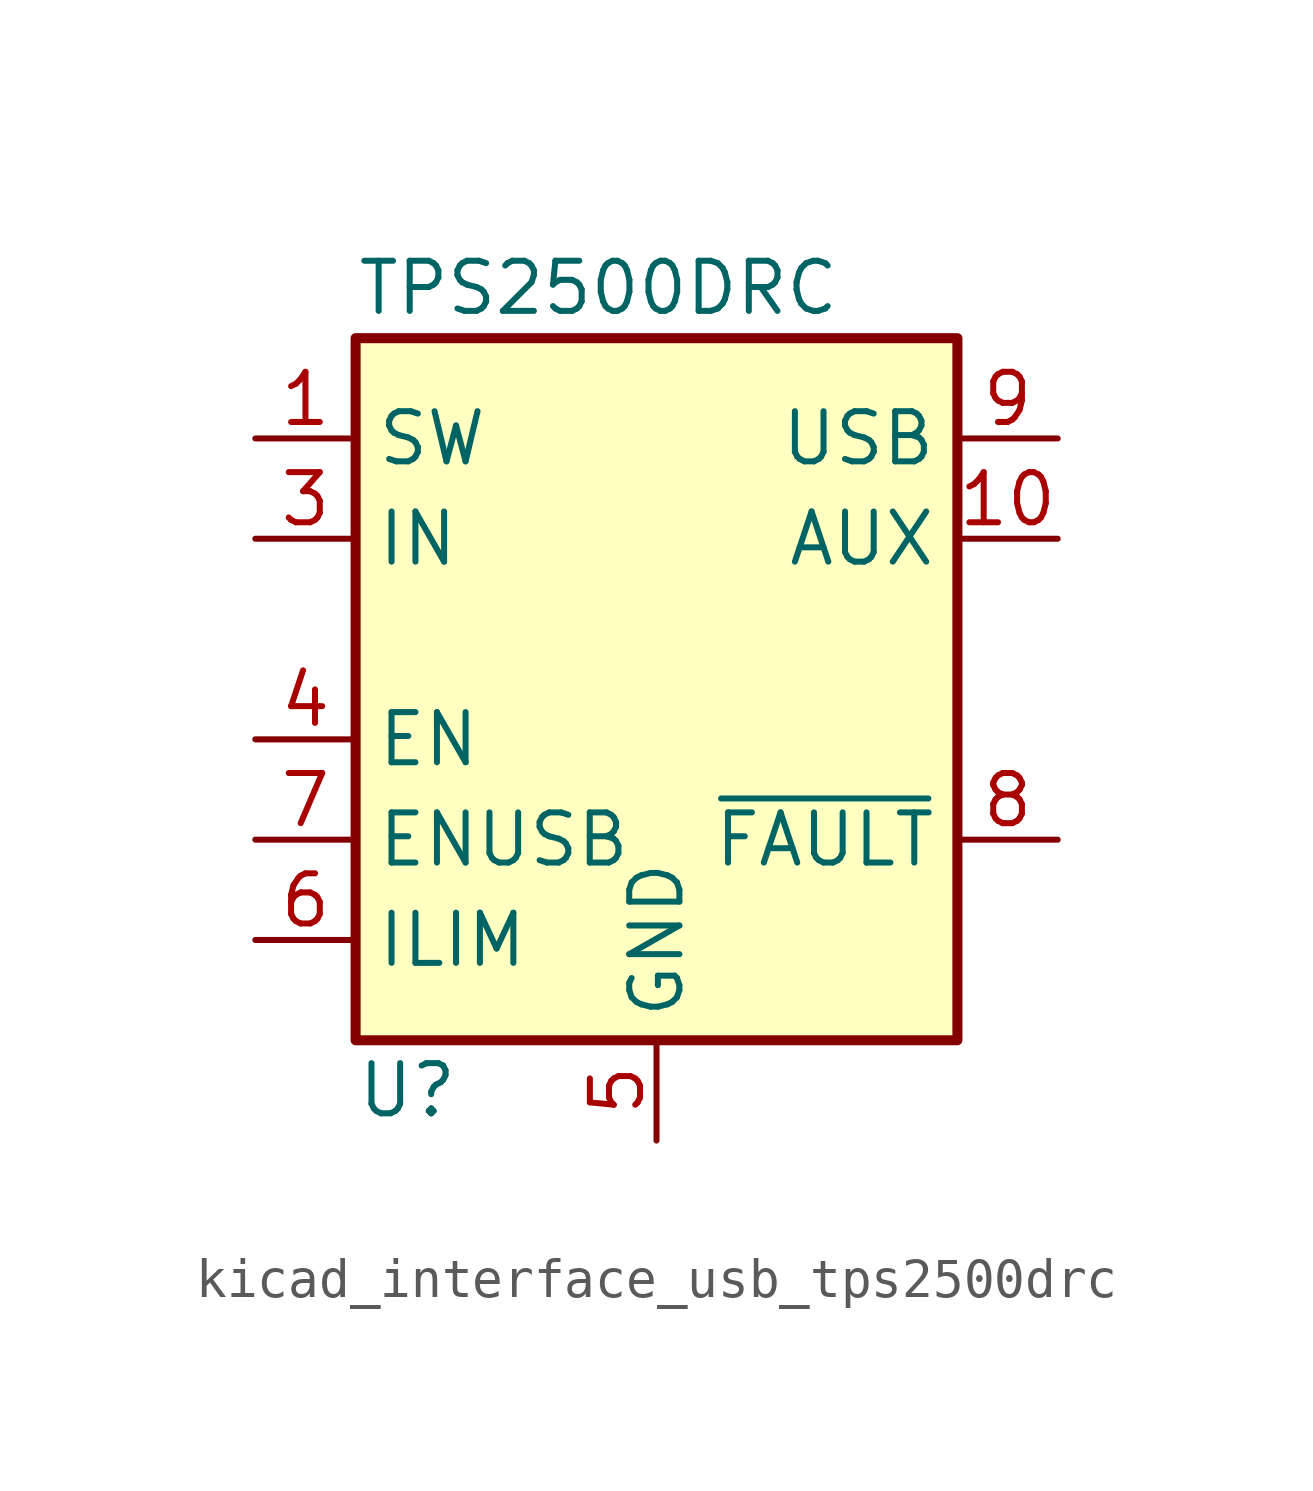
<source format=kicad_sym>
(kicad_symbol_lib
  (version 20220914)
  (generator kicad_symbol_editor)
  (symbol "kicad_interface_usb_tps2500drc"
    (property "Reference" "U"
      (at -7.62 -11.43 0)
      (effects (font (size 1.27 1.27)) (justify left)))
    (property "Value" "TPS2500DRC"
      (at -7.62 8.89 0)
      (effects (font (size 1.27 1.27)) (justify left)))
    (symbol "kicad_interface_usb_tps2500drc_0_1"
      (rectangle (start -7.62 7.62) (end 7.62 -10.16) (stroke (width 0.254) (type default)) (fill (type background))))
    (symbol "kicad_interface_usb_tps2500drc_1_1"
      (pin power_in line (at -10.16 5.08 0) (length 2.54) (name "SW" (effects (font (size 1.27 1.27)))) (number "1" (effects (font (size 1.27 1.27)))))
      (pin power_out line (at 10.16 2.54 180) (length 2.54) (name "AUX" (effects (font (size 1.27 1.27)))) (number "10" (effects (font (size 1.27 1.27)))))
      (pin passive line (at 0 -12.7 90) (length 2.54) hide (name "GND" (effects (font (size 1.27 1.27)))) (number "11" (effects (font (size 1.27 1.27)))))
      (pin passive line (at 0 -12.7 90) (length 2.54) hide (name "GND" (effects (font (size 1.27 1.27)))) (number "2" (effects (font (size 1.27 1.27)))))
      (pin power_in line (at -10.16 2.54 0) (length 2.54) (name "IN" (effects (font (size 1.27 1.27)))) (number "3" (effects (font (size 1.27 1.27)))))
      (pin input line (at -10.16 -2.54 0) (length 2.54) (name "EN" (effects (font (size 1.27 1.27)))) (number "4" (effects (font (size 1.27 1.27)))))
      (pin power_in line (at 0 -12.7 90) (length 2.54) (name "GND" (effects (font (size 1.27 1.27)))) (number "5" (effects (font (size 1.27 1.27)))))
      (pin passive line (at -10.16 -7.62 0) (length 2.54) (name "ILIM" (effects (font (size 1.27 1.27)))) (number "6" (effects (font (size 1.27 1.27)))))
      (pin input line (at -10.16 -5.08 0) (length 2.54) (name "ENUSB" (effects (font (size 1.27 1.27)))) (number "7" (effects (font (size 1.27 1.27)))))
      (pin open_collector line (at 10.16 -5.08 180) (length 2.54) (name "~{FAULT}" (effects (font (size 1.27 1.27)))) (number "8" (effects (font (size 1.27 1.27)))))
      (pin power_out line (at 10.16 5.08 180) (length 2.54) (name "USB" (effects (font (size 1.27 1.27)))) (number "9" (effects (font (size 1.27 1.27))))))))
</source>
